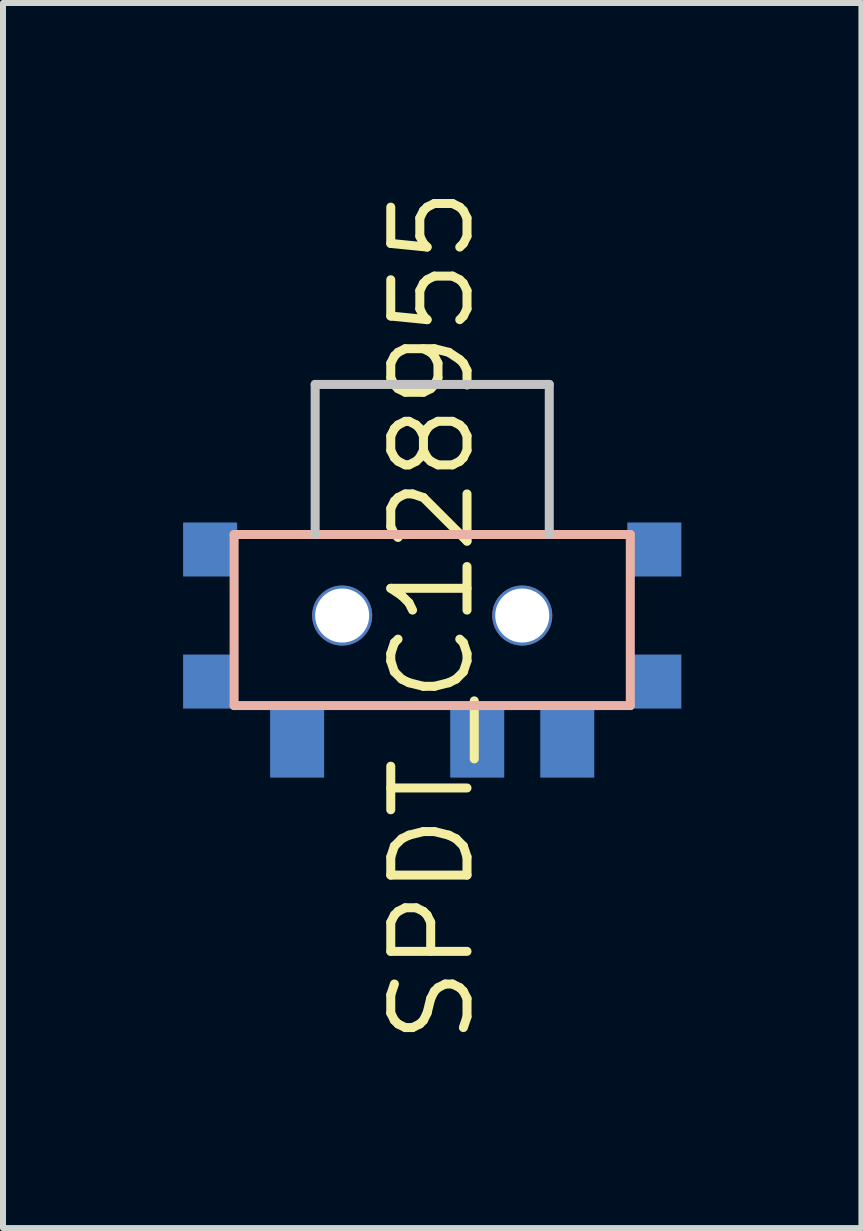
<source format=kicad_pcb>
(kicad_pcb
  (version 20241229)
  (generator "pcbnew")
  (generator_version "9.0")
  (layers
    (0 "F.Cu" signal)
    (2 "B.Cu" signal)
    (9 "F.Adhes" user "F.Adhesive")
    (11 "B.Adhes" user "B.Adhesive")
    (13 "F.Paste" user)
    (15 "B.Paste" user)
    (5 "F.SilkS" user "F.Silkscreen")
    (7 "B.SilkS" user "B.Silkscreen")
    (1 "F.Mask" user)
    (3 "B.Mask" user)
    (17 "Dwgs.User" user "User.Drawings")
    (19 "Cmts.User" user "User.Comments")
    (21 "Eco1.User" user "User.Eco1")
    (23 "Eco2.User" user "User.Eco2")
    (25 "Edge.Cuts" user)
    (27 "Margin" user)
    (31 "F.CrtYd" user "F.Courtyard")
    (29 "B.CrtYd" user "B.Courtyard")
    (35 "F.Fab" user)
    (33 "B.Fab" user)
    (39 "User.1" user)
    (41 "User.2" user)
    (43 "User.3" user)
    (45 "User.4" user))
  (footprint "SPDT_C128955"
    (layer "F.Cu")
    (at 4.15 7.204)
    (property "Reference" "SPDT_C128955" (at 0 0 270) (layer "F.SilkS") (effects (font (size 1.27 1.27) (thickness 0.15))))
    (attr through_hole)
    (fp_line (start -3.3 -1.35) (end -3.3 1.5) (stroke (width 0.15) (type solid)) (layer "B.SilkS"))
    (fp_line (start -3.3 1.5) (end 3.3 1.5) (stroke (width 0.15) (type solid)) (layer "B.SilkS"))
    (fp_line (start 0 -1.35) (end -3.3 -1.35) (stroke (width 0.15) (type solid)) (layer "B.SilkS"))
    (fp_line (start 0 -1.35) (end 3.3 -1.35) (stroke (width 0.15) (type solid)) (layer "B.SilkS"))
    (fp_line (start 1.95 -1.35) (end -1.95 -1.35) (stroke (width 0.15) (type solid)) (layer "B.SilkS"))
    (fp_line (start 3.3 1.5) (end 3.3 -1.35) (stroke (width 0.15) (type solid)) (layer "B.SilkS"))
    (fp_line (start -1.95 -3.85) (end 1.95 -3.85) (stroke (width 0.15) (type solid)) (layer "Dwgs.User"))
    (fp_line (start -1.95 -1.35) (end -1.95 -3.85) (stroke (width 0.15) (type solid)) (layer "Dwgs.User"))
    (fp_line (start 1.95 -3.85) (end 1.95 -1.35) (stroke (width 0.15) (type solid)) (layer "Dwgs.User"))
    (pad "" smd rect (at -3.7 -1.1) (size 0.9 0.9) (layers "B.Cu" "B.Mask" "B.Paste"))
    (pad "" smd rect (at -3.7 1.1) (size 0.9 0.9) (layers "B.Cu" "B.Mask" "B.Paste"))
    (pad "" np_thru_hole circle (at -1.5 0 90) (size 1 1) (drill 0.9) (layers "*.Cu" "*.Mask"))
    (pad "" np_thru_hole circle (at 1.5 0 90) (size 1 1) (drill 0.9) (layers "*.Cu" "*.Mask"))
    (pad "" smd rect (at 3.7 -1.1) (size 0.9 0.9) (layers "B.Cu" "B.Mask" "B.Paste"))
    (pad "" smd rect (at 3.7 1.1) (size 0.9 0.9) (layers "B.Cu" "B.Mask" "B.Paste"))
    (pad "1" smd rect (at -2.25 2.075) (size 0.9 1.25) (layers "B.Cu" "B.Mask" "B.Paste"))
    (pad "2" smd rect (at 0.75 2.075) (size 0.9 1.25) (layers "B.Cu" "B.Mask" "B.Paste"))
    (pad "3" smd rect (at 2.25 2.075) (size 0.9 1.25) (layers "B.Cu" "B.Mask" "B.Paste")))
  (gr_rect
    (start -3 -3)
    (end 11.3 17.408)
    (stroke (width 0.1) (type default))
    (fill no)
    (layer "Edge.Cuts")))
</source>
